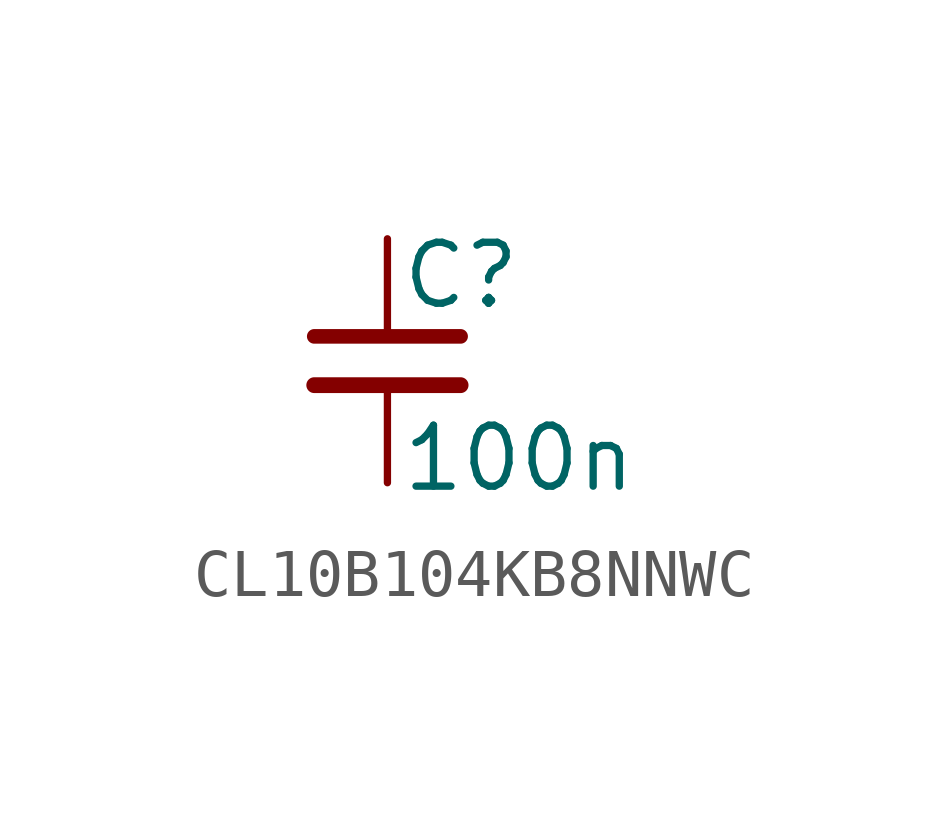
<source format=kicad_sym>
(kicad_symbol_lib
  (version 20220914)
  (generator kicad_symbol_editor)
  (symbol "CL10B104KB8NNWC"
    (pin_numbers hide)
    (pin_names
      (offset 0.254) hide)
    (property "Reference" "C"
      (at 0.254 1.778 0)
      (effects (font (size 1.27 1.27)) (justify left)))
    (property "Value" "100n"
      (at 0.254 -2.032 0)
      (effects (font (size 1.27 1.27)) (justify left)))
    (symbol "CL10B104KB8NNWC_0_1"
      (polyline (pts (xy -1.524 -0.508) (xy 1.524 -0.508)) (stroke (width 0.33) (type default)) (fill (type none)))
      (polyline (pts (xy -1.524 0.508) (xy 1.524 0.508)) (stroke (width 0.305) (type default)) (fill (type none))))
    (symbol "CL10B104KB8NNWC_1_1"
      (pin passive line (at 0 2.54 270) (length 2.032) (name "~" (effects (font (size 1.27 1.27)))) (number "1" (effects (font (size 1.27 1.27)))))
      (pin passive line (at 0 -2.54 90) (length 2.032) (name "~" (effects (font (size 1.27 1.27)))) (number "2" (effects (font (size 1.27 1.27))))))))
</source>
